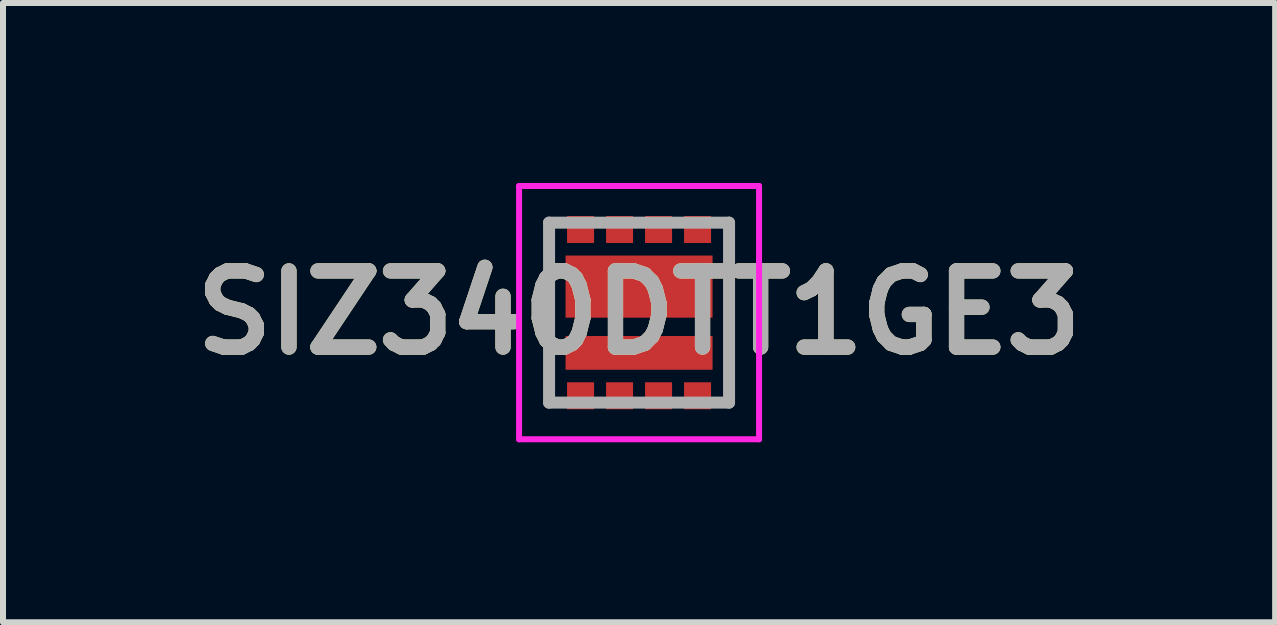
<source format=kicad_pcb>
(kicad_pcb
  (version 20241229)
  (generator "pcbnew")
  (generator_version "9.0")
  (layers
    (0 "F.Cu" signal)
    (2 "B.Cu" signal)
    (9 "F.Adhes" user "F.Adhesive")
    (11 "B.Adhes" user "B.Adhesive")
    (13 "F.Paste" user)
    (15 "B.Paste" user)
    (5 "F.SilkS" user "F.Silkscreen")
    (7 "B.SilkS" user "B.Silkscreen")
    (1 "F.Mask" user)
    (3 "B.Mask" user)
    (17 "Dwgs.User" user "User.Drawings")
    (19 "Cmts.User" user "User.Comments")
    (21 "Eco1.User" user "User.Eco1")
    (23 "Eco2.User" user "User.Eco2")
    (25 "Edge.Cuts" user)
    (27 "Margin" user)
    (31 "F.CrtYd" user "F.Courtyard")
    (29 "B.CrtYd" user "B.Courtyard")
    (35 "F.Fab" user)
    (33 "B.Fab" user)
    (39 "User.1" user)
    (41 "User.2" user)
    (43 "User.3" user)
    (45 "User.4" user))
  (footprint "SIZ340DTT1GE3"
    (layer "F.Cu")
    (at 7.602 2.161)
    (property "Reference" "SIZ340DTT1GE3" (at 0 0 0) (layer "F.SilkS") (effects (font (size 1.27 1.27) (thickness 0.254))))
    (attr smd)
    (fp_line (start -1.5 -1.5) (end -1.5 1.5) (stroke (width 0.1) (type solid)) (layer "F.SilkS"))
    (fp_line (start 1.5 1.5) (end 1.5 -1.5) (stroke (width 0.1) (type solid)) (layer "F.SilkS"))
    (fp_line (start -2 -2.111) (end 2 -2.111) (stroke (width 0.1) (type solid)) (layer "F.CrtYd"))
    (fp_line (start -2 2.111) (end -2 -2.111) (stroke (width 0.1) (type solid)) (layer "F.CrtYd"))
    (fp_line (start 2 -2.111) (end 2 2.111) (stroke (width 0.1) (type solid)) (layer "F.CrtYd"))
    (fp_line (start 2 2.111) (end -2 2.111) (stroke (width 0.1) (type solid)) (layer "F.CrtYd"))
    (fp_line (start -1.5 -1.5) (end 1.5 -1.5) (stroke (width 0.2) (type solid)) (layer "F.Fab"))
    (fp_line (start -1.5 1.5) (end -1.5 -1.5) (stroke (width 0.2) (type solid)) (layer "F.Fab"))
    (fp_line (start 1.5 -1.5) (end 1.5 1.5) (stroke (width 0.2) (type solid)) (layer "F.Fab"))
    (fp_line (start 1.5 1.5) (end -1.5 1.5) (stroke (width 0.2) (type solid)) (layer "F.Fab"))
    (fp_text user "${REFERENCE}" (at 0 0 0) (layer "F.Fab") (effects (font (size 1.27 1.27) (thickness 0.254))))
    (pad "1" smd rect (at -0.975 1.386 90) (size 0.45 0.45) (layers "F.Cu" "F.Mask" "F.Paste"))
    (pad "2" smd rect (at -0.325 1.386 90) (size 0.45 0.45) (layers "F.Cu" "F.Mask" "F.Paste"))
    (pad "3" smd rect (at 0.325 1.386 90) (size 0.45 0.45) (layers "F.Cu" "F.Mask" "F.Paste"))
    (pad "4" smd rect (at 0.975 1.386 90) (size 0.45 0.45) (layers "F.Cu" "F.Mask" "F.Paste"))
    (pad "5" smd rect (at 0.975 -1.386 90) (size 0.45 0.45) (layers "F.Cu" "F.Mask" "F.Paste"))
    (pad "6" smd rect (at 0.325 -1.386 90) (size 0.45 0.45) (layers "F.Cu" "F.Mask" "F.Paste"))
    (pad "7" smd rect (at -0.325 -1.386 90) (size 0.45 0.45) (layers "F.Cu" "F.Mask" "F.Paste"))
    (pad "8" smd rect (at -0.975 -1.386 90) (size 0.45 0.45) (layers "F.Cu" "F.Mask" "F.Paste"))
    (pad "9" smd rect (at 0 -0.434 90) (size 1.036 2.45) (layers "F.Cu" "F.Mask" "F.Paste"))
    (pad "10" smd rect (at 0 0.671 90) (size 0.562 2.45) (layers "F.Cu" "F.Mask" "F.Paste")))
  (gr_rect
    (start -3 -3)
    (end 18.204 7.322)
    (stroke (width 0.1) (type default))
    (fill no)
    (layer "Edge.Cuts")))
</source>
